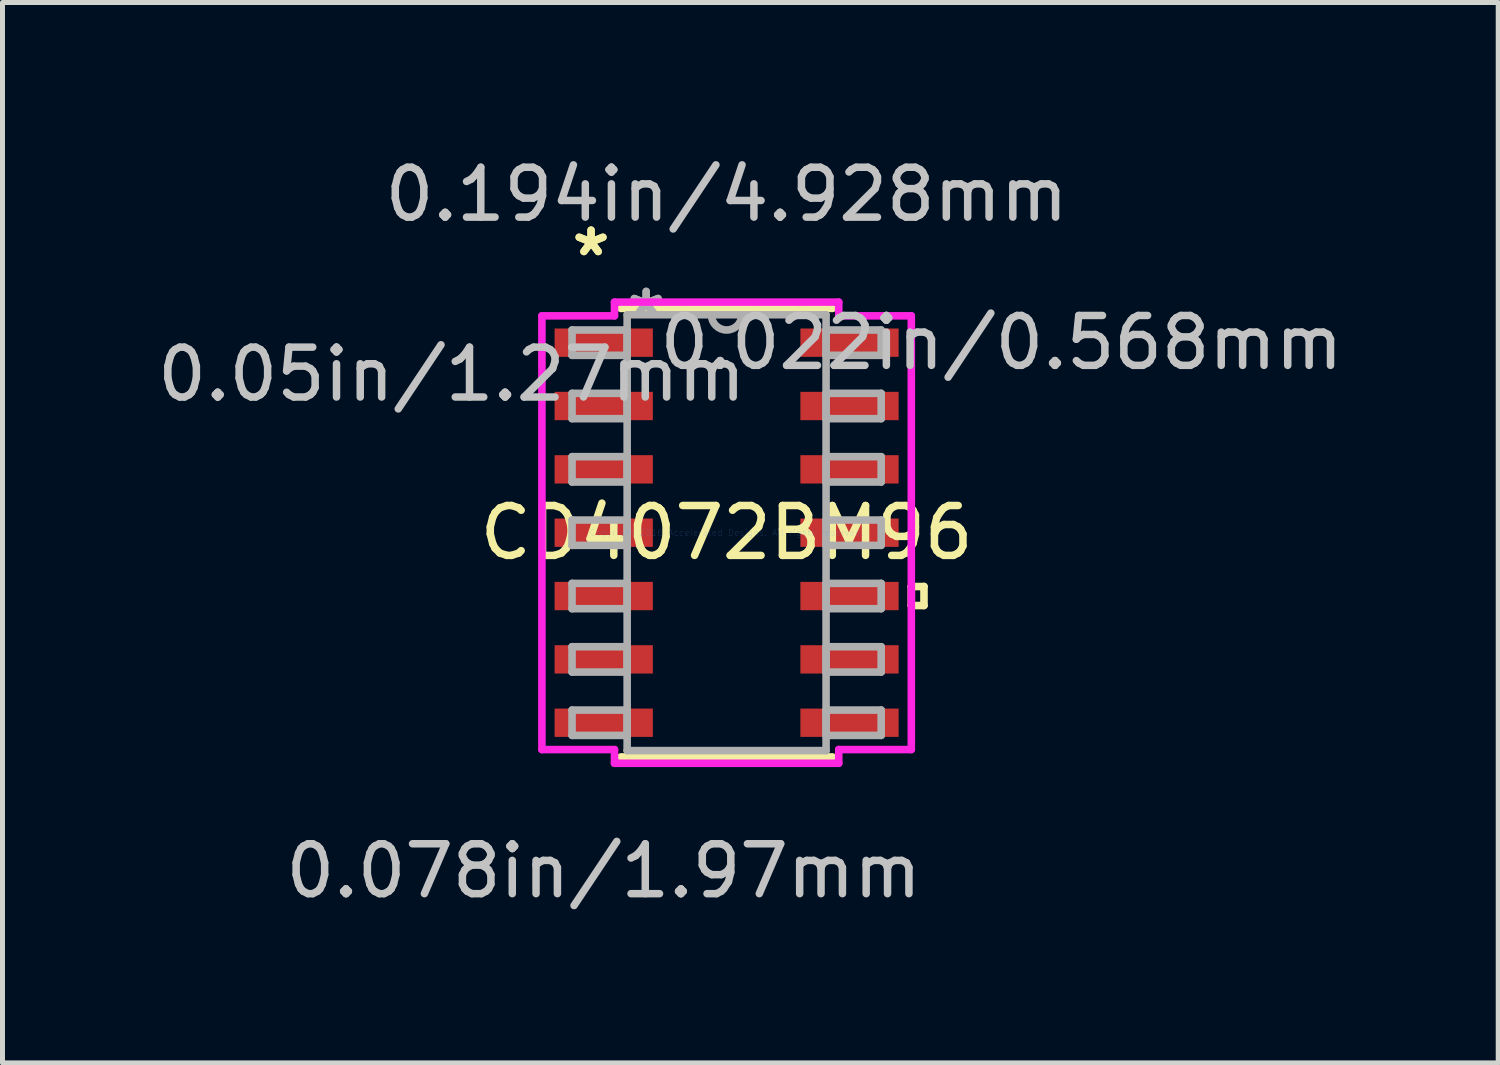
<source format=kicad_pcb>
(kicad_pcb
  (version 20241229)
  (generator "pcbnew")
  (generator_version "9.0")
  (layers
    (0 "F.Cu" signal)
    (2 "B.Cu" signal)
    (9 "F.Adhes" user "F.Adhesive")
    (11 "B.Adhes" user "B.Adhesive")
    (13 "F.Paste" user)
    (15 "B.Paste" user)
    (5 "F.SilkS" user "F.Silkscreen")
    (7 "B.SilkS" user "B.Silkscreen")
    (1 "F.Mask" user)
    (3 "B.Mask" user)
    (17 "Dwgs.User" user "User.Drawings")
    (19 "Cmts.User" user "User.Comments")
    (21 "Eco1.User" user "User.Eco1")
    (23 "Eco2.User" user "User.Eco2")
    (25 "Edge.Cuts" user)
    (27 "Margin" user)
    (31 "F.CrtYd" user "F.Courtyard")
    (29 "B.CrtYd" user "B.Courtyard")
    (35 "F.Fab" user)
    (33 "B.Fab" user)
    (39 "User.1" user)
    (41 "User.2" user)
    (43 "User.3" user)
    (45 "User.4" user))
  (footprint "CD4072BM96"
    (layer "F.Cu")
    (at 11.518 7.63)
    (property "Reference" "CD4072BM96" (at 0 0 0) (layer "F.SilkS") (effects (font (size 1 1) (thickness 0.15))))
    (attr through_hole)
    (fp_line (start -2.121 4.496) (end 2.121 4.496) (stroke (width 0.152) (type solid)) (layer "F.SilkS"))
    (fp_line (start 2.121 -4.496) (end -2.121 -4.496) (stroke (width 0.152) (type solid)) (layer "F.SilkS"))
    (fp_line (start 3.703 1.079) (end 3.957 1.079) (stroke (width 0.152) (type solid)) (layer "F.SilkS"))
    (fp_line (start 3.703 1.46) (end 3.703 1.079) (stroke (width 0.152) (type solid)) (layer "F.SilkS"))
    (fp_line (start 3.957 1.079) (end 3.957 1.46) (stroke (width 0.152) (type solid)) (layer "F.SilkS"))
    (fp_line (start 3.957 1.46) (end 3.703 1.46) (stroke (width 0.152) (type solid)) (layer "F.SilkS"))
    (fp_line (start -3.703 -4.348) (end -2.248 -4.348) (stroke (width 0.152) (type solid)) (layer "F.CrtYd"))
    (fp_line (start -3.703 4.348) (end -3.703 -4.348) (stroke (width 0.152) (type solid)) (layer "F.CrtYd"))
    (fp_line (start -2.248 -4.623) (end 2.248 -4.623) (stroke (width 0.152) (type solid)) (layer "F.CrtYd"))
    (fp_line (start -2.248 -4.348) (end -2.248 -4.623) (stroke (width 0.152) (type solid)) (layer "F.CrtYd"))
    (fp_line (start -2.248 4.348) (end -3.703 4.348) (stroke (width 0.152) (type solid)) (layer "F.CrtYd"))
    (fp_line (start -2.248 4.623) (end -2.248 4.348) (stroke (width 0.152) (type solid)) (layer "F.CrtYd"))
    (fp_line (start 2.248 -4.623) (end 2.248 -4.348) (stroke (width 0.152) (type solid)) (layer "F.CrtYd"))
    (fp_line (start 2.248 -4.348) (end 3.703 -4.348) (stroke (width 0.152) (type solid)) (layer "F.CrtYd"))
    (fp_line (start 2.248 4.348) (end 2.248 4.623) (stroke (width 0.152) (type solid)) (layer "F.CrtYd"))
    (fp_line (start 2.248 4.623) (end -2.248 4.623) (stroke (width 0.152) (type solid)) (layer "F.CrtYd"))
    (fp_line (start 3.703 -4.348) (end 3.703 4.348) (stroke (width 0.152) (type solid)) (layer "F.CrtYd"))
    (fp_line (start 3.703 4.348) (end 2.248 4.348) (stroke (width 0.152) (type solid)) (layer "F.CrtYd"))
    (fp_line (start -3.099 -4.064) (end -3.099 -3.556) (stroke (width 0.152) (type solid)) (layer "F.Fab"))
    (fp_line (start -3.099 -3.556) (end -1.994 -3.556) (stroke (width 0.152) (type solid)) (layer "F.Fab"))
    (fp_line (start -3.099 -2.794) (end -3.099 -2.286) (stroke (width 0.152) (type solid)) (layer "F.Fab"))
    (fp_line (start -3.099 -2.286) (end -1.994 -2.286) (stroke (width 0.152) (type solid)) (layer "F.Fab"))
    (fp_line (start -3.099 -1.524) (end -3.099 -1.016) (stroke (width 0.152) (type solid)) (layer "F.Fab"))
    (fp_line (start -3.099 -1.016) (end -1.994 -1.016) (stroke (width 0.152) (type solid)) (layer "F.Fab"))
    (fp_line (start -3.099 -0.254) (end -3.099 0.254) (stroke (width 0.152) (type solid)) (layer "F.Fab"))
    (fp_line (start -3.099 0.254) (end -1.994 0.254) (stroke (width 0.152) (type solid)) (layer "F.Fab"))
    (fp_line (start -3.099 1.016) (end -3.099 1.524) (stroke (width 0.152) (type solid)) (layer "F.Fab"))
    (fp_line (start -3.099 1.524) (end -1.994 1.524) (stroke (width 0.152) (type solid)) (layer "F.Fab"))
    (fp_line (start -3.099 2.286) (end -3.099 2.794) (stroke (width 0.152) (type solid)) (layer "F.Fab"))
    (fp_line (start -3.099 2.794) (end -1.994 2.794) (stroke (width 0.152) (type solid)) (layer "F.Fab"))
    (fp_line (start -3.099 3.556) (end -3.099 4.064) (stroke (width 0.152) (type solid)) (layer "F.Fab"))
    (fp_line (start -3.099 4.064) (end -1.994 4.064) (stroke (width 0.152) (type solid)) (layer "F.Fab"))
    (fp_line (start -1.994 -4.369) (end -1.994 4.369) (stroke (width 0.152) (type solid)) (layer "F.Fab"))
    (fp_line (start -1.994 -4.064) (end -3.099 -4.064) (stroke (width 0.152) (type solid)) (layer "F.Fab"))
    (fp_line (start -1.994 -3.556) (end -1.994 -4.064) (stroke (width 0.152) (type solid)) (layer "F.Fab"))
    (fp_line (start -1.994 -2.794) (end -3.099 -2.794) (stroke (width 0.152) (type solid)) (layer "F.Fab"))
    (fp_line (start -1.994 -2.286) (end -1.994 -2.794) (stroke (width 0.152) (type solid)) (layer "F.Fab"))
    (fp_line (start -1.994 -1.524) (end -3.099 -1.524) (stroke (width 0.152) (type solid)) (layer "F.Fab"))
    (fp_line (start -1.994 -1.016) (end -1.994 -1.524) (stroke (width 0.152) (type solid)) (layer "F.Fab"))
    (fp_line (start -1.994 -0.254) (end -3.099 -0.254) (stroke (width 0.152) (type solid)) (layer "F.Fab"))
    (fp_line (start -1.994 0.254) (end -1.994 -0.254) (stroke (width 0.152) (type solid)) (layer "F.Fab"))
    (fp_line (start -1.994 1.016) (end -3.099 1.016) (stroke (width 0.152) (type solid)) (layer "F.Fab"))
    (fp_line (start -1.994 1.524) (end -1.994 1.016) (stroke (width 0.152) (type solid)) (layer "F.Fab"))
    (fp_line (start -1.994 2.286) (end -3.099 2.286) (stroke (width 0.152) (type solid)) (layer "F.Fab"))
    (fp_line (start -1.994 2.794) (end -1.994 2.286) (stroke (width 0.152) (type solid)) (layer "F.Fab"))
    (fp_line (start -1.994 3.556) (end -3.099 3.556) (stroke (width 0.152) (type solid)) (layer "F.Fab"))
    (fp_line (start -1.994 4.064) (end -1.994 3.556) (stroke (width 0.152) (type solid)) (layer "F.Fab"))
    (fp_line (start -1.994 4.369) (end 1.994 4.369) (stroke (width 0.152) (type solid)) (layer "F.Fab"))
    (fp_line (start 1.994 -4.369) (end -1.994 -4.369) (stroke (width 0.152) (type solid)) (layer "F.Fab"))
    (fp_line (start 1.994 -4.064) (end 1.994 -3.556) (stroke (width 0.152) (type solid)) (layer "F.Fab"))
    (fp_line (start 1.994 -3.556) (end 3.099 -3.556) (stroke (width 0.152) (type solid)) (layer "F.Fab"))
    (fp_line (start 1.994 -2.794) (end 1.994 -2.286) (stroke (width 0.152) (type solid)) (layer "F.Fab"))
    (fp_line (start 1.994 -2.286) (end 3.099 -2.286) (stroke (width 0.152) (type solid)) (layer "F.Fab"))
    (fp_line (start 1.994 -1.524) (end 1.994 -1.016) (stroke (width 0.152) (type solid)) (layer "F.Fab"))
    (fp_line (start 1.994 -1.016) (end 3.099 -1.016) (stroke (width 0.152) (type solid)) (layer "F.Fab"))
    (fp_line (start 1.994 -0.254) (end 1.994 0.254) (stroke (width 0.152) (type solid)) (layer "F.Fab"))
    (fp_line (start 1.994 0.254) (end 3.099 0.254) (stroke (width 0.152) (type solid)) (layer "F.Fab"))
    (fp_line (start 1.994 1.016) (end 1.994 1.524) (stroke (width 0.152) (type solid)) (layer "F.Fab"))
    (fp_line (start 1.994 1.524) (end 3.099 1.524) (stroke (width 0.152) (type solid)) (layer "F.Fab"))
    (fp_line (start 1.994 2.286) (end 1.994 2.794) (stroke (width 0.152) (type solid)) (layer "F.Fab"))
    (fp_line (start 1.994 2.794) (end 3.099 2.794) (stroke (width 0.152) (type solid)) (layer "F.Fab"))
    (fp_line (start 1.994 3.556) (end 1.994 4.064) (stroke (width 0.152) (type solid)) (layer "F.Fab"))
    (fp_line (start 1.994 4.064) (end 3.099 4.064) (stroke (width 0.152) (type solid)) (layer "F.Fab"))
    (fp_line (start 1.994 4.369) (end 1.994 -4.369) (stroke (width 0.152) (type solid)) (layer "F.Fab"))
    (fp_line (start 3.099 -4.064) (end 1.994 -4.064) (stroke (width 0.152) (type solid)) (layer "F.Fab"))
    (fp_line (start 3.099 -3.556) (end 3.099 -4.064) (stroke (width 0.152) (type solid)) (layer "F.Fab"))
    (fp_line (start 3.099 -2.794) (end 1.994 -2.794) (stroke (width 0.152) (type solid)) (layer "F.Fab"))
    (fp_line (start 3.099 -2.286) (end 3.099 -2.794) (stroke (width 0.152) (type solid)) (layer "F.Fab"))
    (fp_line (start 3.099 -1.524) (end 1.994 -1.524) (stroke (width 0.152) (type solid)) (layer "F.Fab"))
    (fp_line (start 3.099 -1.016) (end 3.099 -1.524) (stroke (width 0.152) (type solid)) (layer "F.Fab"))
    (fp_line (start 3.099 -0.254) (end 1.994 -0.254) (stroke (width 0.152) (type solid)) (layer "F.Fab"))
    (fp_line (start 3.099 0.254) (end 3.099 -0.254) (stroke (width 0.152) (type solid)) (layer "F.Fab"))
    (fp_line (start 3.099 1.016) (end 1.994 1.016) (stroke (width 0.152) (type solid)) (layer "F.Fab"))
    (fp_line (start 3.099 1.524) (end 3.099 1.016) (stroke (width 0.152) (type solid)) (layer "F.Fab"))
    (fp_line (start 3.099 2.286) (end 1.994 2.286) (stroke (width 0.152) (type solid)) (layer "F.Fab"))
    (fp_line (start 3.099 2.794) (end 3.099 2.286) (stroke (width 0.152) (type solid)) (layer "F.Fab"))
    (fp_line (start 3.099 3.556) (end 1.994 3.556) (stroke (width 0.152) (type solid)) (layer "F.Fab"))
    (fp_line (start 3.099 4.064) (end 3.099 3.556) (stroke (width 0.152) (type solid)) (layer "F.Fab"))
    (fp_arc (start 0.3048 -4.3688) (mid 0 -4.064) (end -0.3048 -4.3688) (stroke (width 0.1524) (type solid)) (layer "F.Fab"))
    (fp_text user "*" (at -2.718 -5.521 0) (layer "F.SilkS") (effects (font (size 1 1) (thickness 0.15))))
    (fp_text user "*" (at -2.718 -5.521 0) (layer "F.SilkS") (effects (font (size 1 1) (thickness 0.15))))
    (fp_text user "0.078in/1.97mm" (at -2.464 6.782 0) (layer "Dwgs.User") (effects (font (size 1 1) (thickness 0.15))))
    (fp_text user "0.194in/4.928mm" (at 0 -6.782 0) (layer "Dwgs.User") (effects (font (size 1 1) (thickness 0.15))))
    (fp_text user "0.022in/0.568mm" (at 5.512 -3.81 0) (layer "Dwgs.User") (effects (font (size 1 1) (thickness 0.15))))
    (fp_text user "0.05in/1.27mm" (at -5.512 -3.175 0) (layer "Dwgs.User") (effects (font (size 1 1) (thickness 0.15))))
    (fp_text user "Copyright 2016 Accelerated Designs. All rights reserved." (at 0 0 0) (layer "Cmts.User") (effects (font (size 0.127 0.127) (thickness 0.002))))
    (fp_text user "*" (at -1.613 -4.293 0) (layer "F.Fab") (effects (font (size 1 1) (thickness 0.15))))
    (fp_text user "*" (at -1.613 -4.293 0) (layer "F.Fab") (effects (font (size 1 1) (thickness 0.15))))
    (pad "1" smd rect (at -2.464 -3.81) (size 1.97 0.568) (layers "F.Cu" "F.Mask" "F.Paste"))
    (pad "2" smd rect (at -2.464 -2.54) (size 1.97 0.568) (layers "F.Cu" "F.Mask" "F.Paste"))
    (pad "3" smd rect (at -2.464 -1.27) (size 1.97 0.568) (layers "F.Cu" "F.Mask" "F.Paste"))
    (pad "4" smd rect (at -2.464 0) (size 1.97 0.568) (layers "F.Cu" "F.Mask" "F.Paste"))
    (pad "5" smd rect (at -2.464 1.27) (size 1.97 0.568) (layers "F.Cu" "F.Mask" "F.Paste"))
    (pad "6" smd rect (at -2.464 2.54) (size 1.97 0.568) (layers "F.Cu" "F.Mask" "F.Paste"))
    (pad "7" smd rect (at -2.464 3.81) (size 1.97 0.568) (layers "F.Cu" "F.Mask" "F.Paste"))
    (pad "8" smd rect (at 2.464 3.81) (size 1.97 0.568) (layers "F.Cu" "F.Mask" "F.Paste"))
    (pad "9" smd rect (at 2.464 2.54) (size 1.97 0.568) (layers "F.Cu" "F.Mask" "F.Paste"))
    (pad "10" smd rect (at 2.464 1.27) (size 1.97 0.568) (layers "F.Cu" "F.Mask" "F.Paste"))
    (pad "11" smd rect (at 2.464 0) (size 1.97 0.568) (layers "F.Cu" "F.Mask" "F.Paste"))
    (pad "12" smd rect (at 2.464 -1.27) (size 1.97 0.568) (layers "F.Cu" "F.Mask" "F.Paste"))
    (pad "13" smd rect (at 2.464 -2.54) (size 1.97 0.568) (layers "F.Cu" "F.Mask" "F.Paste"))
    (pad "14" smd rect (at 2.464 -3.81) (size 1.97 0.568) (layers "F.Cu" "F.Mask" "F.Paste")))
  (gr_rect
    (start -3 -3)
    (end 26.988 18.26)
    (stroke (width 0.1) (type default))
    (fill no)
    (layer "Edge.Cuts")))
</source>
